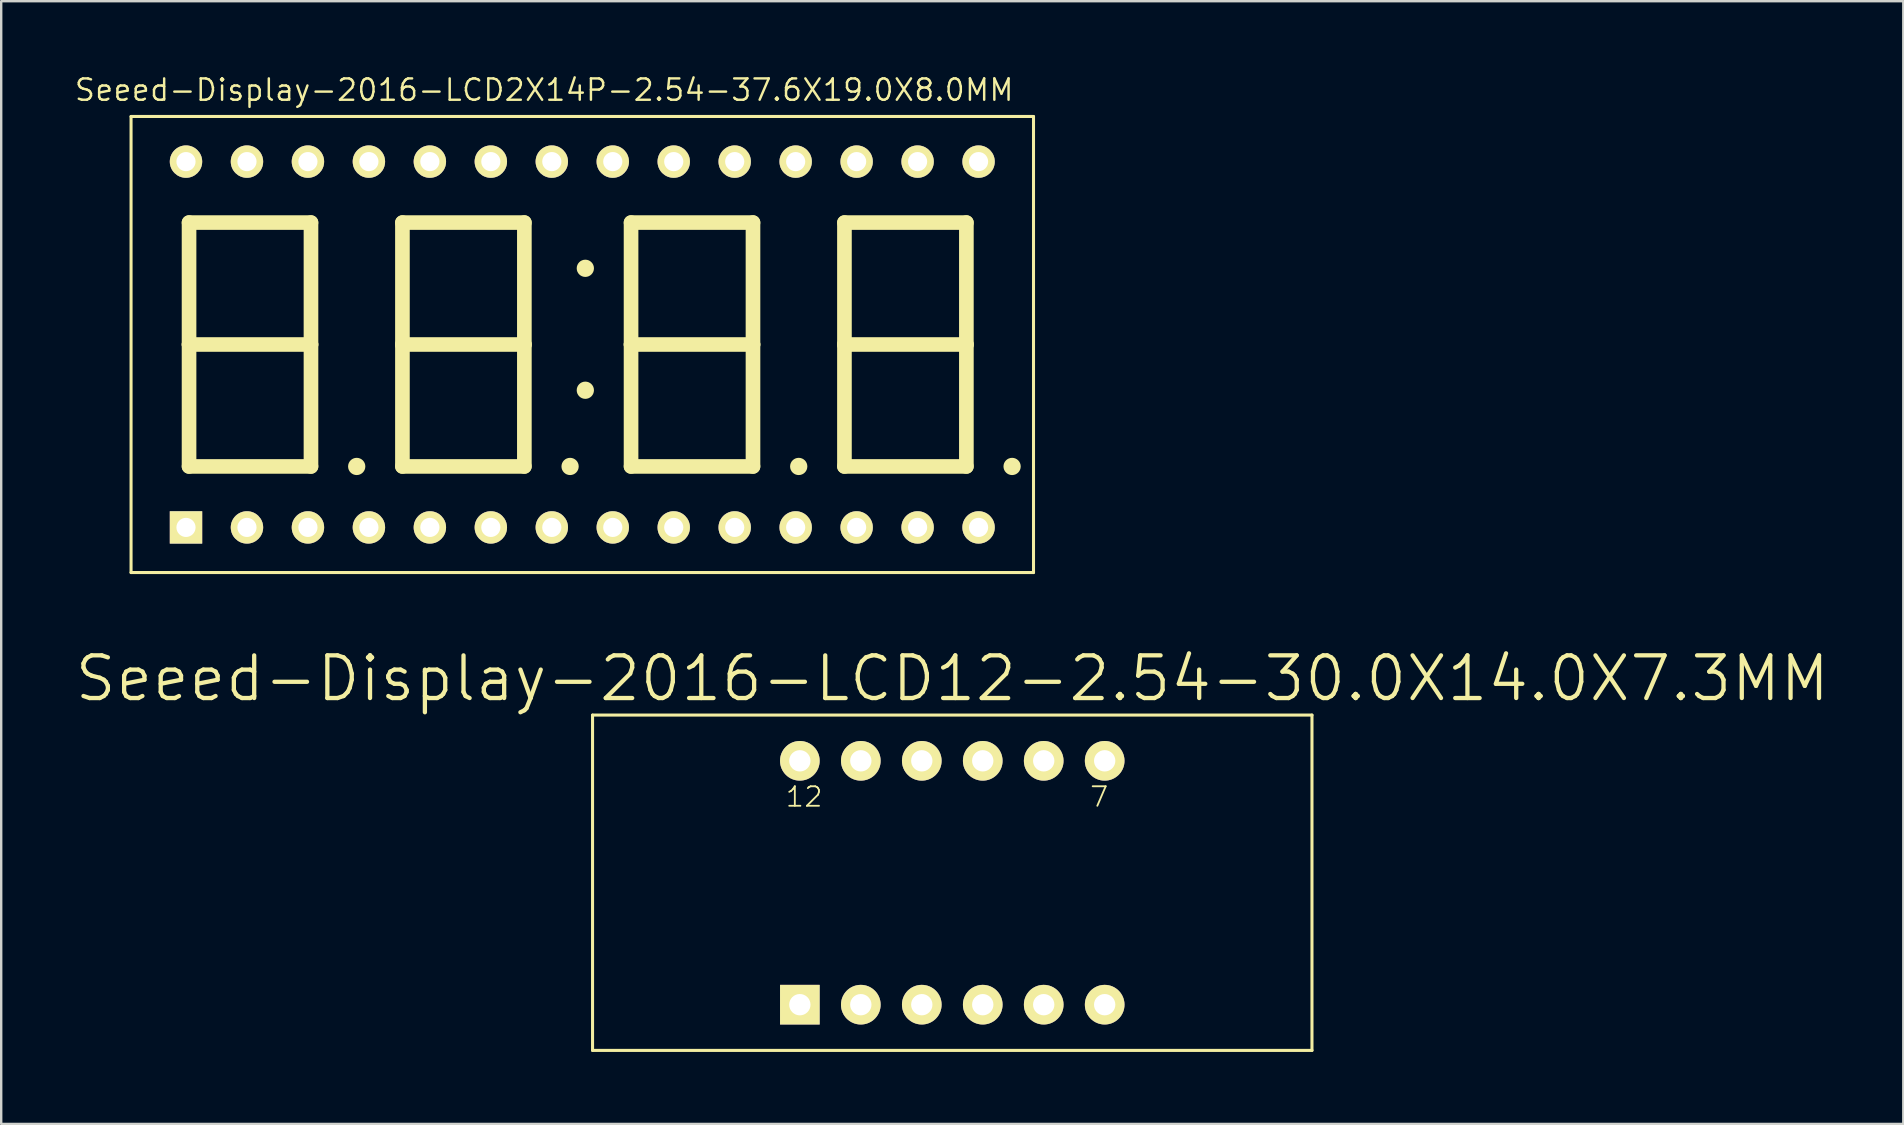
<source format=kicad_pcb>
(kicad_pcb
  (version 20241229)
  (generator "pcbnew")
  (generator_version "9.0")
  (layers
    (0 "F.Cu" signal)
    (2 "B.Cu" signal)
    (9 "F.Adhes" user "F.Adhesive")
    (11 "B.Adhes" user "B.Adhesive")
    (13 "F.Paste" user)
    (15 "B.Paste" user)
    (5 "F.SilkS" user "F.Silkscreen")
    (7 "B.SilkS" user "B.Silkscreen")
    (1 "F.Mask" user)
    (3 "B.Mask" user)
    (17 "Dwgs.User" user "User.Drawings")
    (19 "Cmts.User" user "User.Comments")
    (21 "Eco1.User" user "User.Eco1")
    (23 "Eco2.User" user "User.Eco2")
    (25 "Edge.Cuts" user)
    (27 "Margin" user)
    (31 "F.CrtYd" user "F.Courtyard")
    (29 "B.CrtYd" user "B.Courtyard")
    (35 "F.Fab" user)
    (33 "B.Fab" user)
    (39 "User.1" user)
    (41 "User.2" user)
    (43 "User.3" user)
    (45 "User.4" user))
  (footprint "Seeed-Display-2016-LCD2X14P-2.54-37.6X19.0X8.0MM"
    (layer "F.Cu")
    (at 21.209 11.303)
    (property "Reference" "Seeed-Display-2016-LCD2X14P-2.54-37.6X19.0X8.0MM" (at -1.587 -10.604 0) (layer "F.SilkS") (effects (font (size 0.889 0.889) (thickness 0.102))))
    (attr exclude_from_pos_files exclude_from_bom)
    (fp_line (start -18.799 -9.5) (end 18.799 -9.5) (stroke (width 0.066) (type solid)) (layer "F.SilkS"))
    (fp_line (start -18.799 -9.5) (end 18.799 -9.5) (stroke (width 0.127) (type solid)) (layer "F.SilkS"))
    (fp_line (start -18.799 9.5) (end -18.799 -9.5) (stroke (width 0.066) (type solid)) (layer "F.SilkS"))
    (fp_line (start -18.799 9.5) (end -18.799 -9.5) (stroke (width 0.127) (type solid)) (layer "F.SilkS"))
    (fp_line (start -18.799 9.5) (end 18.799 9.5) (stroke (width 0.066) (type solid)) (layer "F.SilkS"))
    (fp_line (start -16.383 -5.08) (end -11.303 -5.08) (stroke (width 0.61) (type solid)) (layer "F.SilkS"))
    (fp_line (start -16.383 0) (end -16.383 -5.08) (stroke (width 0.61) (type solid)) (layer "F.SilkS"))
    (fp_line (start -16.383 0) (end -16.383 5.08) (stroke (width 0.61) (type solid)) (layer "F.SilkS"))
    (fp_line (start -16.383 5.08) (end -11.303 5.08) (stroke (width 0.61) (type solid)) (layer "F.SilkS"))
    (fp_line (start -11.303 -5.08) (end -11.303 0) (stroke (width 0.61) (type solid)) (layer "F.SilkS"))
    (fp_line (start -11.303 0) (end -16.383 0) (stroke (width 0.61) (type solid)) (layer "F.SilkS"))
    (fp_line (start -11.303 5.08) (end -11.303 0) (stroke (width 0.61) (type solid)) (layer "F.SilkS"))
    (fp_line (start -7.493 -5.08) (end -2.413 -5.08) (stroke (width 0.61) (type solid)) (layer "F.SilkS"))
    (fp_line (start -7.493 0) (end -7.493 -5.08) (stroke (width 0.61) (type solid)) (layer "F.SilkS"))
    (fp_line (start -7.493 0) (end -7.493 5.08) (stroke (width 0.61) (type solid)) (layer "F.SilkS"))
    (fp_line (start -7.493 5.08) (end -2.413 5.08) (stroke (width 0.61) (type solid)) (layer "F.SilkS"))
    (fp_line (start -2.413 -5.08) (end -2.413 0) (stroke (width 0.61) (type solid)) (layer "F.SilkS"))
    (fp_line (start -2.413 0) (end -7.493 0) (stroke (width 0.61) (type solid)) (layer "F.SilkS"))
    (fp_line (start -2.413 5.08) (end -2.413 0) (stroke (width 0.61) (type solid)) (layer "F.SilkS"))
    (fp_line (start 2.032 -5.08) (end 7.112 -5.08) (stroke (width 0.61) (type solid)) (layer "F.SilkS"))
    (fp_line (start 2.032 0) (end 2.032 -5.08) (stroke (width 0.61) (type solid)) (layer "F.SilkS"))
    (fp_line (start 2.032 0) (end 2.032 5.08) (stroke (width 0.61) (type solid)) (layer "F.SilkS"))
    (fp_line (start 2.032 5.08) (end 7.112 5.08) (stroke (width 0.61) (type solid)) (layer "F.SilkS"))
    (fp_line (start 7.112 -5.08) (end 7.112 0) (stroke (width 0.61) (type solid)) (layer "F.SilkS"))
    (fp_line (start 7.112 0) (end 2.032 0) (stroke (width 0.61) (type solid)) (layer "F.SilkS"))
    (fp_line (start 7.112 5.08) (end 7.112 0) (stroke (width 0.61) (type solid)) (layer "F.SilkS"))
    (fp_line (start 10.922 -5.08) (end 16.002 -5.08) (stroke (width 0.61) (type solid)) (layer "F.SilkS"))
    (fp_line (start 10.922 0) (end 10.922 -5.08) (stroke (width 0.61) (type solid)) (layer "F.SilkS"))
    (fp_line (start 10.922 0) (end 10.922 5.08) (stroke (width 0.61) (type solid)) (layer "F.SilkS"))
    (fp_line (start 10.922 5.08) (end 16.002 5.08) (stroke (width 0.61) (type solid)) (layer "F.SilkS"))
    (fp_line (start 16.002 -5.08) (end 16.002 0) (stroke (width 0.61) (type solid)) (layer "F.SilkS"))
    (fp_line (start 16.002 0) (end 10.922 0) (stroke (width 0.61) (type solid)) (layer "F.SilkS"))
    (fp_line (start 16.002 5.08) (end 16.002 0) (stroke (width 0.61) (type solid)) (layer "F.SilkS"))
    (fp_line (start 18.799 -9.5) (end 18.799 9.5) (stroke (width 0.127) (type solid)) (layer "F.SilkS"))
    (fp_line (start 18.799 9.5) (end -18.799 9.5) (stroke (width 0.127) (type solid)) (layer "F.SilkS"))
    (fp_line (start 18.799 9.5) (end 18.799 -9.5) (stroke (width 0.066) (type solid)) (layer "F.SilkS"))
    (fp_circle (center -9.398 5.08) (end -9.652 5.334) (stroke (width 0) (type solid)) (fill yes) (layer "F.SilkS"))
    (fp_circle (center -0.508 5.08) (end -0.762 5.334) (stroke (width 0) (type solid)) (fill yes) (layer "F.SilkS"))
    (fp_circle (center 0.127 -3.175) (end 0.381 -3.429) (stroke (width 0) (type solid)) (fill yes) (layer "F.SilkS"))
    (fp_circle (center 0.127 1.905) (end 0.381 2.159) (stroke (width 0) (type solid)) (fill yes) (layer "F.SilkS"))
    (fp_circle (center 9.017 5.08) (end 9.271 5.334) (stroke (width 0) (type solid)) (fill yes) (layer "F.SilkS"))
    (fp_circle (center 17.907 5.08) (end 18.161 5.334) (stroke (width 0) (type solid)) (fill yes) (layer "F.SilkS"))
    (pad "1" thru_hole rect (at -16.51 7.62) (size 1.349 1.349) (drill 0.798) (layers "*.Cu" "F.Mask" "F.SilkS" "F.Paste"))
    (pad "2" thru_hole circle (at -13.97 7.62) (size 1.349 1.349) (drill 0.798) (layers "*.Cu" "F.Mask" "F.SilkS" "F.Paste"))
    (pad "3" thru_hole circle (at -11.43 7.62) (size 1.349 1.349) (drill 0.798) (layers "*.Cu" "F.Mask" "F.SilkS" "F.Paste"))
    (pad "4" thru_hole circle (at -8.89 7.62) (size 1.349 1.349) (drill 0.798) (layers "*.Cu" "F.Mask" "F.SilkS" "F.Paste"))
    (pad "5" thru_hole circle (at -6.35 7.62) (size 1.349 1.349) (drill 0.798) (layers "*.Cu" "F.Mask" "F.SilkS" "F.Paste"))
    (pad "6" thru_hole circle (at -3.81 7.62) (size 1.349 1.349) (drill 0.798) (layers "*.Cu" "F.Mask" "F.SilkS" "F.Paste"))
    (pad "7" thru_hole circle (at -1.27 7.62) (size 1.349 1.349) (drill 0.798) (layers "*.Cu" "F.Mask" "F.SilkS" "F.Paste"))
    (pad "8" thru_hole circle (at 1.27 7.62) (size 1.349 1.349) (drill 0.798) (layers "*.Cu" "F.Mask" "F.SilkS" "F.Paste"))
    (pad "9" thru_hole circle (at 3.81 7.62) (size 1.349 1.349) (drill 0.798) (layers "*.Cu" "F.Mask" "F.SilkS" "F.Paste"))
    (pad "10" thru_hole circle (at 6.35 7.62) (size 1.349 1.349) (drill 0.798) (layers "*.Cu" "F.Mask" "F.SilkS" "F.Paste"))
    (pad "11" thru_hole circle (at 8.89 7.62) (size 1.349 1.349) (drill 0.798) (layers "*.Cu" "F.Mask" "F.SilkS" "F.Paste"))
    (pad "12" thru_hole circle (at 11.43 7.62) (size 1.349 1.349) (drill 0.798) (layers "*.Cu" "F.Mask" "F.SilkS" "F.Paste"))
    (pad "13" thru_hole circle (at 13.97 7.62) (size 1.349 1.349) (drill 0.798) (layers "*.Cu" "F.Mask" "F.SilkS" "F.Paste"))
    (pad "14" thru_hole circle (at 16.51 7.62) (size 1.349 1.349) (drill 0.798) (layers "*.Cu" "F.Mask" "F.SilkS" "F.Paste"))
    (pad "15" thru_hole circle (at 16.51 -7.62) (size 1.349 1.349) (drill 0.798) (layers "*.Cu" "F.Mask" "F.SilkS" "F.Paste"))
    (pad "16" thru_hole circle (at 13.97 -7.62) (size 1.349 1.349) (drill 0.798) (layers "*.Cu" "F.Mask" "F.SilkS" "F.Paste"))
    (pad "17" thru_hole circle (at 11.43 -7.62) (size 1.349 1.349) (drill 0.798) (layers "*.Cu" "F.Mask" "F.SilkS" "F.Paste"))
    (pad "18" thru_hole circle (at 8.89 -7.62) (size 1.349 1.349) (drill 0.798) (layers "*.Cu" "F.Mask" "F.SilkS" "F.Paste"))
    (pad "19" thru_hole circle (at 6.35 -7.62) (size 1.349 1.349) (drill 0.798) (layers "*.Cu" "F.Mask" "F.SilkS" "F.Paste"))
    (pad "20" thru_hole circle (at 3.81 -7.62) (size 1.349 1.349) (drill 0.798) (layers "*.Cu" "F.Mask" "F.SilkS" "F.Paste"))
    (pad "21" thru_hole circle (at 1.27 -7.62) (size 1.349 1.349) (drill 0.798) (layers "*.Cu" "F.Mask" "F.SilkS" "F.Paste"))
    (pad "22" thru_hole circle (at -1.27 -7.62) (size 1.349 1.349) (drill 0.798) (layers "*.Cu" "F.Mask" "F.SilkS" "F.Paste"))
    (pad "23" thru_hole circle (at -3.81 -7.62) (size 1.349 1.349) (drill 0.798) (layers "*.Cu" "F.Mask" "F.SilkS" "F.Paste"))
    (pad "24" thru_hole circle (at -6.35 -7.62) (size 1.349 1.349) (drill 0.798) (layers "*.Cu" "F.Mask" "F.SilkS" "F.Paste"))
    (pad "25" thru_hole circle (at -8.89 -7.62) (size 1.349 1.349) (drill 0.798) (layers "*.Cu" "F.Mask" "F.SilkS" "F.Paste"))
    (pad "26" thru_hole circle (at -11.43 -7.62) (size 1.349 1.349) (drill 0.798) (layers "*.Cu" "F.Mask" "F.SilkS" "F.Paste"))
    (pad "27" thru_hole circle (at -13.97 -7.62) (size 1.349 1.349) (drill 0.798) (layers "*.Cu" "F.Mask" "F.SilkS" "F.Paste"))
    (pad "28" thru_hole circle (at -16.51 -7.62) (size 1.349 1.349) (drill 0.798) (layers "*.Cu" "F.Mask" "F.SilkS" "F.Paste")))
  (footprint "Seeed-Display-2016-LCD12-2.54-30.0X14.0X7.3MM"
    (layer "F.Cu")
    (at 36.623 33.727)
    (property "Reference" "Seeed-Display-2016-LCD12-2.54-30.0X14.0X7.3MM" (at 0 -8.509 0) (layer "F.SilkS") (effects (font (size 1.778 1.778) (thickness 0.178))))
    (attr exclude_from_pos_files exclude_from_bom)
    (fp_line (start -14.986 -6.985) (end 14.986 -6.985) (stroke (width 0.066) (type solid)) (layer "F.SilkS"))
    (fp_line (start -14.986 -6.985) (end 14.986 -6.985) (stroke (width 0.127) (type solid)) (layer "F.SilkS"))
    (fp_line (start -14.986 6.985) (end -14.986 -6.985) (stroke (width 0.066) (type solid)) (layer "F.SilkS"))
    (fp_line (start -14.986 6.985) (end -14.986 -6.985) (stroke (width 0.127) (type solid)) (layer "F.SilkS"))
    (fp_line (start -14.986 6.985) (end 14.986 6.985) (stroke (width 0.066) (type solid)) (layer "F.SilkS"))
    (fp_line (start 14.986 -6.985) (end 14.986 6.985) (stroke (width 0.127) (type solid)) (layer "F.SilkS"))
    (fp_line (start 14.986 6.985) (end -14.986 6.985) (stroke (width 0.127) (type solid)) (layer "F.SilkS"))
    (fp_line (start 14.986 6.985) (end 14.986 -6.985) (stroke (width 0.066) (type solid)) (layer "F.SilkS"))
    (fp_text user "7" (at 6.121 -3.579 0) (layer "F.SilkS") (effects (font (size 0.813 0.813) (thickness 0.076))))
    (fp_text user "12" (at -6.172 -3.579 0) (layer "F.SilkS") (effects (font (size 0.813 0.813) (thickness 0.076))))
    (pad "1" thru_hole rect (at -6.35 5.08) (size 1.651 1.651) (drill 0.889) (layers "*.Cu" "F.Mask" "F.SilkS" "F.Paste"))
    (pad "2" thru_hole circle (at -3.81 5.08) (size 1.651 1.651) (drill 0.889) (layers "*.Cu" "F.Mask" "F.SilkS" "F.Paste"))
    (pad "3" thru_hole circle (at -1.27 5.08) (size 1.651 1.651) (drill 0.889) (layers "*.Cu" "F.Mask" "F.SilkS" "F.Paste"))
    (pad "4" thru_hole circle (at 1.27 5.08) (size 1.651 1.651) (drill 0.889) (layers "*.Cu" "F.Mask" "F.SilkS" "F.Paste"))
    (pad "5" thru_hole circle (at 3.81 5.08) (size 1.651 1.651) (drill 0.889) (layers "*.Cu" "F.Mask" "F.SilkS" "F.Paste"))
    (pad "6" thru_hole circle (at 6.35 5.08) (size 1.651 1.651) (drill 0.889) (layers "*.Cu" "F.Mask" "F.SilkS" "F.Paste"))
    (pad "7" thru_hole circle (at 6.35 -5.08) (size 1.651 1.651) (drill 0.889) (layers "*.Cu" "F.Mask" "F.SilkS" "F.Paste"))
    (pad "8" thru_hole circle (at 3.81 -5.08) (size 1.651 1.651) (drill 0.889) (layers "*.Cu" "F.Mask" "F.SilkS" "F.Paste"))
    (pad "9" thru_hole circle (at 1.27 -5.08) (size 1.651 1.651) (drill 0.889) (layers "*.Cu" "F.Mask" "F.SilkS" "F.Paste"))
    (pad "10" thru_hole circle (at -1.27 -5.08) (size 1.651 1.651) (drill 0.889) (layers "*.Cu" "F.Mask" "F.SilkS" "F.Paste"))
    (pad "11" thru_hole circle (at -3.81 -5.08) (size 1.651 1.651) (drill 0.889) (layers "*.Cu" "F.Mask" "F.SilkS" "F.Paste"))
    (pad "12" thru_hole circle (at -6.35 -5.08) (size 1.651 1.651) (drill 0.889) (layers "*.Cu" "F.Mask" "F.SilkS" "F.Paste")))
  (gr_rect
    (start -3 -3)
    (end 76.245 43.776)
    (stroke (width 0.1) (type default))
    (fill no)
    (layer "Edge.Cuts")))
</source>
